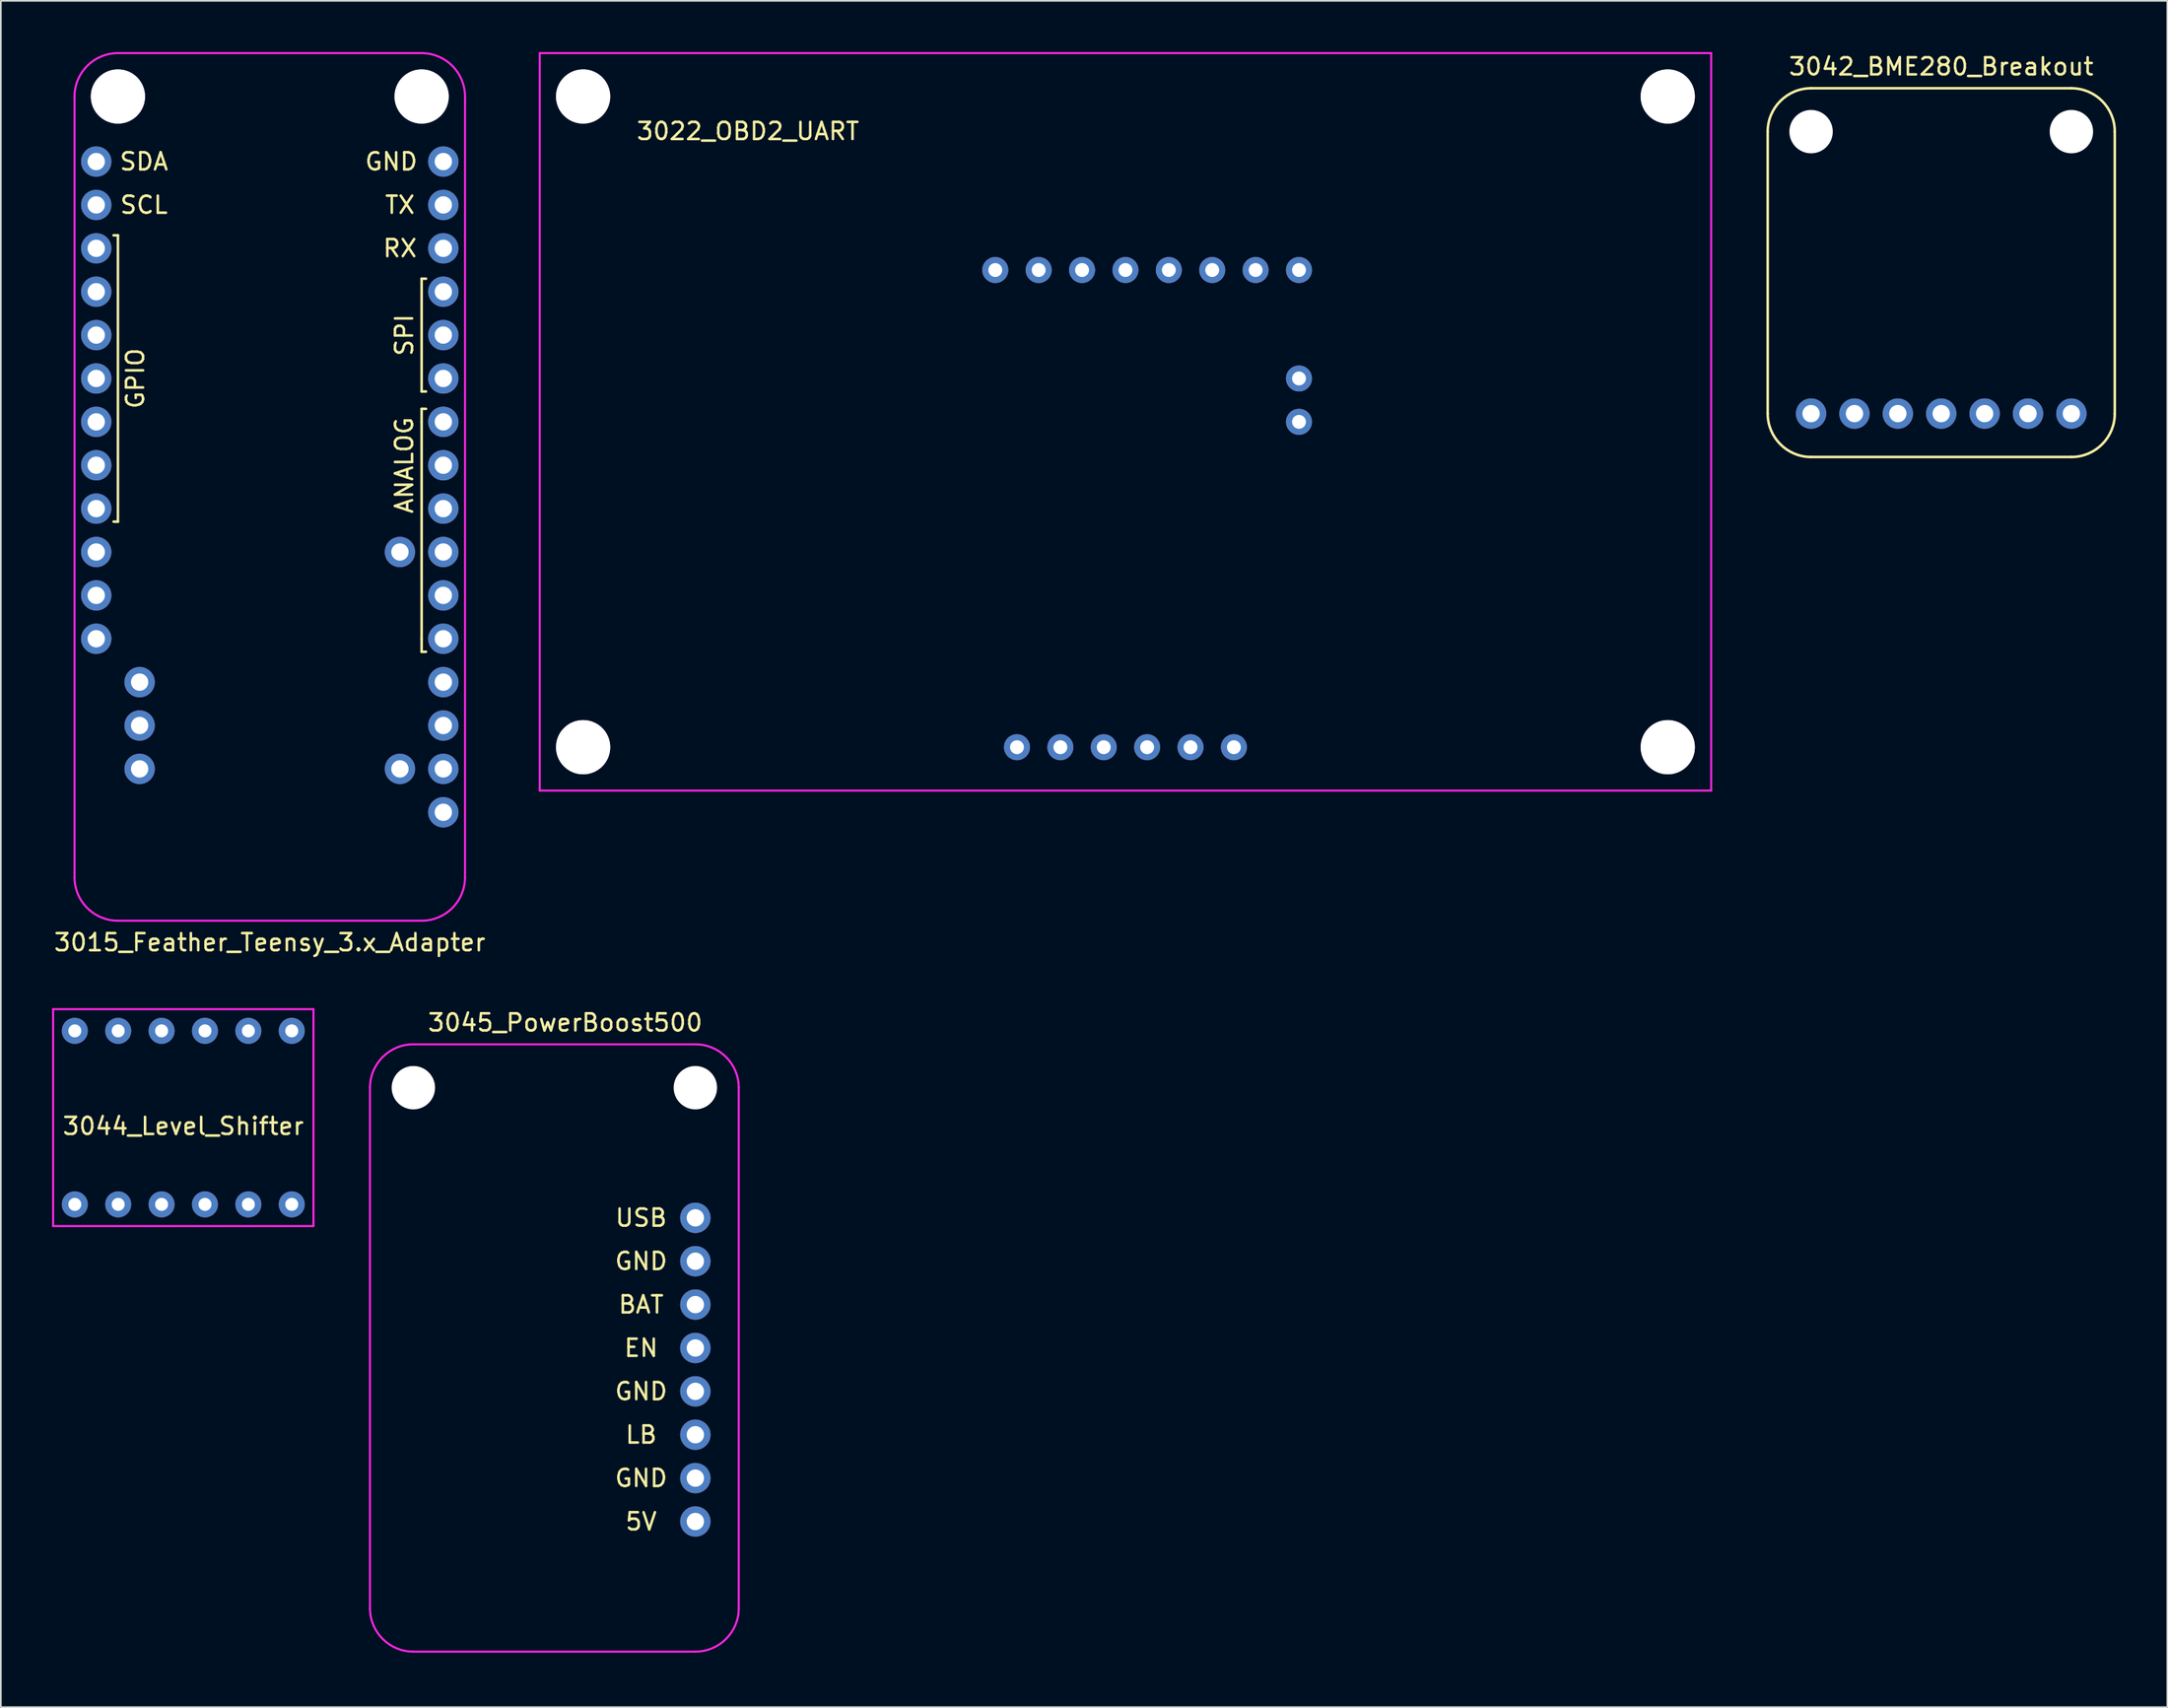
<source format=kicad_pcb>
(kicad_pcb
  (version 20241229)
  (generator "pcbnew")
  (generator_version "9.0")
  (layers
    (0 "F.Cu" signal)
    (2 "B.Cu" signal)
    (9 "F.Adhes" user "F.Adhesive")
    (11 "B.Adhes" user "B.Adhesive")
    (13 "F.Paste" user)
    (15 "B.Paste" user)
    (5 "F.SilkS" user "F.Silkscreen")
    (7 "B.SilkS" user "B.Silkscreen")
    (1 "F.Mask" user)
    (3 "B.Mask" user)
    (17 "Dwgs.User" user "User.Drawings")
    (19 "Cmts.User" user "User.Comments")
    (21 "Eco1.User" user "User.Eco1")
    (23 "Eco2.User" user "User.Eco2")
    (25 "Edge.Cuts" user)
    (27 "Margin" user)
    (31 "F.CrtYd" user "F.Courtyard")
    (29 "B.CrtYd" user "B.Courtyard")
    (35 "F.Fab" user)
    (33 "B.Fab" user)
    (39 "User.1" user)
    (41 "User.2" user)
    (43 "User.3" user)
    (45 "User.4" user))
  (footprint "3045_PowerBoost500"
    (layer "F.Cu")
    (at 18.61 93.656)
    (property "Reference" "3045_PowerBoost500" (at 11.43 -36.83 0) (layer "F.SilkS") (effects (font (size 1 1) (thickness 0.15))))
    (attr through_hole)
    (fp_line (start 0 -33.02) (end 0 -2.54) (stroke (width 0.12) (type solid)) (layer "F.CrtYd"))
    (fp_line (start 2.54 0) (end 19.05 0) (stroke (width 0.12) (type solid)) (layer "F.CrtYd"))
    (fp_line (start 19.05 -35.56) (end 2.54 -35.56) (stroke (width 0.12) (type solid)) (layer "F.CrtYd"))
    (fp_line (start 21.59 -2.54) (end 21.59 -33.02) (stroke (width 0.12) (type solid)) (layer "F.CrtYd"))
    (fp_arc (start 0 -33.02) (mid 0.743949 -34.816051) (end 2.54 -35.56) (stroke (width 0.12) (type solid)) (layer "F.CrtYd"))
    (fp_arc (start 2.54 0) (mid 0.743949 -0.743949) (end 0 -2.54) (stroke (width 0.12) (type solid)) (layer "F.CrtYd"))
    (fp_arc (start 19.05 -35.56) (mid 20.846051 -34.816051) (end 21.59 -33.02) (stroke (width 0.12) (type solid)) (layer "F.CrtYd"))
    (fp_arc (start 21.59 -2.54) (mid 20.846051 -0.743949) (end 19.05 0) (stroke (width 0.12) (type solid)) (layer "F.CrtYd"))
    (fp_text user "GND" (at 15.875 -22.86 0) (layer "F.SilkS") (effects (font (size 1 1) (thickness 0.15))))
    (fp_text user "GND" (at 15.875 -10.16 0) (layer "F.SilkS") (effects (font (size 1 1) (thickness 0.15))))
    (fp_text user "EN" (at 15.875 -17.78 0) (layer "F.SilkS") (effects (font (size 1 1) (thickness 0.15))))
    (fp_text user "LB" (at 15.875 -12.7 0) (layer "F.SilkS") (effects (font (size 1 1) (thickness 0.15))))
    (fp_text user "GND" (at 15.875 -15.24 0) (layer "F.SilkS") (effects (font (size 1 1) (thickness 0.15))))
    (fp_text user "5V" (at 15.875 -7.62 0) (layer "F.SilkS") (effects (font (size 1 1) (thickness 0.15))))
    (fp_text user "USB" (at 15.875 -25.4 0) (layer "F.SilkS") (effects (font (size 1 1) (thickness 0.15))))
    (fp_text user "BAT" (at 15.875 -20.32 0) (layer "F.SilkS") (effects (font (size 1 1) (thickness 0.15))))
    (pad "" np_thru_hole circle (at 2.54 -33.02 270) (size 2.54 2.54) (drill 2.54) (layers "*.Cu" "*.Mask"))
    (pad "" np_thru_hole circle (at 19.05 -33.02 270) (size 2.54 2.54) (drill 2.54) (layers "*.Cu" "*.Mask"))
    (pad "1" thru_hole circle (at 19.05 -25.4 270) (size 1.778 1.778) (drill 1.016) (layers "*.Cu" "*.Mask"))
    (pad "2" thru_hole circle (at 19.05 -22.86 270) (size 1.778 1.778) (drill 1.016) (layers "*.Cu" "*.Mask"))
    (pad "3" thru_hole circle (at 19.05 -20.32 270) (size 1.778 1.778) (drill 1.016) (layers "*.Cu" "*.Mask"))
    (pad "4" thru_hole circle (at 19.05 -17.78 270) (size 1.778 1.778) (drill 1.016) (layers "*.Cu" "*.Mask"))
    (pad "5" thru_hole circle (at 19.05 -15.24 270) (size 1.778 1.778) (drill 1.016) (layers "*.Cu" "*.Mask"))
    (pad "6" thru_hole circle (at 19.05 -12.7 270) (size 1.778 1.778) (drill 1.016) (layers "*.Cu" "*.Mask"))
    (pad "7" thru_hole circle (at 19.05 -10.16 270) (size 1.778 1.778) (drill 1.016) (layers "*.Cu" "*.Mask"))
    (pad "8" thru_hole circle (at 19.05 -7.62 270) (size 1.778 1.778) (drill 1.016) (layers "*.Cu" "*.Mask")))
  (footprint "3044_Level_Shifter"
    (layer "F.Cu")
    (at 7.68 62.388)
    (property "Reference" "3044_Level_Shifter" (at 0 0.5 0) (layer "F.SilkS") (effects (font (size 1 1) (thickness 0.15))))
    (attr through_hole)
    (fp_line (start -7.62 -6.35) (end -7.62 6.35) (stroke (width 0.12) (type solid)) (layer "F.CrtYd"))
    (fp_line (start -7.62 6.35) (end 7.62 6.35) (stroke (width 0.12) (type solid)) (layer "F.CrtYd"))
    (fp_line (start 7.62 -6.35) (end -7.62 -6.35) (stroke (width 0.12) (type solid)) (layer "F.CrtYd"))
    (fp_line (start 7.62 6.35) (end 7.62 -6.35) (stroke (width 0.12) (type solid)) (layer "F.CrtYd"))
    (pad "1" thru_hole circle (at -6.35 -5.08) (size 1.524 1.524) (drill 0.762) (layers "*.Cu" "*.Mask"))
    (pad "2" thru_hole circle (at -3.81 -5.08) (size 1.524 1.524) (drill 0.762) (layers "*.Cu" "*.Mask"))
    (pad "3" thru_hole circle (at -1.27 -5.08) (size 1.524 1.524) (drill 0.762) (layers "*.Cu" "*.Mask"))
    (pad "4" thru_hole circle (at 1.27 -5.08) (size 1.524 1.524) (drill 0.762) (layers "*.Cu" "*.Mask"))
    (pad "5" thru_hole circle (at 3.81 -5.08) (size 1.524 1.524) (drill 0.762) (layers "*.Cu" "*.Mask"))
    (pad "6" thru_hole circle (at 6.35 -5.08) (size 1.524 1.524) (drill 0.762) (layers "*.Cu" "*.Mask"))
    (pad "7" thru_hole circle (at 6.35 5.08) (size 1.524 1.524) (drill 0.762) (layers "*.Cu" "*.Mask"))
    (pad "8" thru_hole circle (at 3.81 5.08) (size 1.524 1.524) (drill 0.762) (layers "*.Cu" "*.Mask"))
    (pad "9" thru_hole circle (at 1.27 5.08) (size 1.524 1.524) (drill 0.762) (layers "*.Cu" "*.Mask"))
    (pad "10" thru_hole circle (at -1.27 5.08) (size 1.524 1.524) (drill 0.762) (layers "*.Cu" "*.Mask"))
    (pad "11" thru_hole circle (at -3.81 5.08) (size 1.524 1.524) (drill 0.762) (layers "*.Cu" "*.Mask"))
    (pad "12" thru_hole circle (at -6.35 5.08) (size 1.524 1.524) (drill 0.762) (layers "*.Cu" "*.Mask")))
  (footprint "3022_OBD2_UART"
    (layer "F.Cu")
    (at 62.838 40.7)
    (property "Reference" "3022_OBD2_UART" (at -22.098 -36.068 0) (layer "F.SilkS") (effects (font (size 1 1) (thickness 0.15))))
    (attr through_hole)
    (fp_line (start -34.29 -40.64) (end -34.29 2.54) (stroke (width 0.12) (type solid)) (layer "F.CrtYd"))
    (fp_line (start -34.29 2.54) (end 34.29 2.54) (stroke (width 0.12) (type solid)) (layer "F.CrtYd"))
    (fp_line (start 34.29 -40.64) (end -34.29 -40.64) (stroke (width 0.12) (type solid)) (layer "F.CrtYd"))
    (fp_line (start 34.29 2.54) (end 34.29 -40.64) (stroke (width 0.12) (type solid)) (layer "F.CrtYd"))
    (pad "1" thru_hole circle (at -6.35 0) (size 1.524 1.524) (drill 0.813) (layers "*.Cu" "*.Mask"))
    (pad "2" thru_hole circle (at -3.81 0) (size 1.524 1.524) (drill 0.813) (layers "*.Cu" "*.Mask"))
    (pad "3" thru_hole circle (at -1.27 0) (size 1.524 1.524) (drill 0.813) (layers "*.Cu" "*.Mask"))
    (pad "4" thru_hole circle (at 1.27 0) (size 1.524 1.524) (drill 0.813) (layers "*.Cu" "*.Mask"))
    (pad "5" thru_hole circle (at 3.81 0) (size 1.524 1.524) (drill 0.813) (layers "*.Cu" "*.Mask"))
    (pad "6" thru_hole circle (at 6.35 0) (size 1.524 1.524) (drill 0.813) (layers "*.Cu" "*.Mask"))
    (pad "7" thru_hole circle (at 10.16 -27.94) (size 1.524 1.524) (drill 0.813) (layers "*.Cu" "*.Mask"))
    (pad "8" thru_hole circle (at 7.62 -27.94) (size 1.524 1.524) (drill 0.813) (layers "*.Cu" "*.Mask"))
    (pad "9" thru_hole circle (at 5.08 -27.94) (size 1.524 1.524) (drill 0.813) (layers "*.Cu" "*.Mask"))
    (pad "10" thru_hole circle (at 2.54 -27.94) (size 1.524 1.524) (drill 0.813) (layers "*.Cu" "*.Mask"))
    (pad "11" thru_hole circle (at 0 -27.94) (size 1.524 1.524) (drill 0.813) (layers "*.Cu" "*.Mask"))
    (pad "12" thru_hole circle (at -2.54 -27.94) (size 1.524 1.524) (drill 0.813) (layers "*.Cu" "*.Mask"))
    (pad "13" thru_hole circle (at -5.08 -27.94) (size 1.524 1.524) (drill 0.813) (layers "*.Cu" "*.Mask"))
    (pad "14" thru_hole circle (at -7.62 -27.94) (size 1.524 1.524) (drill 0.813) (layers "*.Cu" "*.Mask"))
    (pad "15" thru_hole circle (at 10.16 -21.59) (size 1.524 1.524) (drill 0.813) (layers "*.Cu" "*.Mask"))
    (pad "16" thru_hole circle (at 10.16 -19.05) (size 1.524 1.524) (drill 0.813) (layers "*.Cu" "*.Mask"))
    (pad "MH" thru_hole circle (at -31.75 -38.1 270) (size 3.175 3.175) (drill 3.175) (layers "*.Cu" "*.Mask"))
    (pad "MH" thru_hole circle (at -31.75 0 270) (size 3.175 3.175) (drill 3.175) (layers "*.Cu" "*.Mask"))
    (pad "MH" thru_hole circle (at 31.75 -38.1 180) (size 3.175 3.175) (drill 3.175) (layers "*.Cu" "*.Mask"))
    (pad "MH" thru_hole circle (at 31.75 0 90) (size 3.175 3.175) (drill 3.175) (layers "*.Cu" "*.Mask")))
  (footprint "3015_Feather_Teensy_3.x_Adapter"
    (layer "F.Cu")
    (at 12.744 25.46)
    (property "Reference" "3015_Feather_Teensy_3.x_Adapter" (at 0 26.67 0) (layer "F.SilkS") (effects (font (size 1 1) (thickness 0.15))))
    (attr through_hole)
    (fp_line (start -9.144 -14.732) (end -8.89 -14.732) (stroke (width 0.15) (type solid)) (layer "F.SilkS"))
    (fp_line (start -8.89 -14.732) (end -8.89 2.032) (stroke (width 0.15) (type solid)) (layer "F.SilkS"))
    (fp_line (start -8.89 2.032) (end -9.144 2.032) (stroke (width 0.15) (type solid)) (layer "F.SilkS"))
    (fp_line (start 8.89 -12.192) (end 9.144 -12.192) (stroke (width 0.15) (type solid)) (layer "F.SilkS"))
    (fp_line (start 8.89 -5.588) (end 8.89 -12.192) (stroke (width 0.15) (type solid)) (layer "F.SilkS"))
    (fp_line (start 8.89 -4.572) (end 9.144 -4.572) (stroke (width 0.15) (type solid)) (layer "F.SilkS"))
    (fp_line (start 8.89 -3.81) (end 8.89 -4.572) (stroke (width 0.15) (type solid)) (layer "F.SilkS"))
    (fp_line (start 8.89 -3.81) (end 8.89 8.89) (stroke (width 0.15) (type solid)) (layer "F.SilkS"))
    (fp_line (start 8.89 9.652) (end 8.89 8.89) (stroke (width 0.15) (type solid)) (layer "F.SilkS"))
    (fp_line (start 9.144 -5.588) (end 8.89 -5.588) (stroke (width 0.15) (type solid)) (layer "F.SilkS"))
    (fp_line (start 9.144 9.652) (end 8.89 9.652) (stroke (width 0.15) (type solid)) (layer "F.SilkS"))
    (fp_line (start -11.43 -22.86) (end -11.43 22.86) (stroke (width 0.12) (type solid)) (layer "F.CrtYd"))
    (fp_line (start -8.89 25.4) (end 8.89 25.4) (stroke (width 0.12) (type solid)) (layer "F.CrtYd"))
    (fp_line (start 8.89 -25.4) (end -8.89 -25.4) (stroke (width 0.12) (type solid)) (layer "F.CrtYd"))
    (fp_line (start 11.43 22.86) (end 11.43 -22.86) (stroke (width 0.12) (type solid)) (layer "F.CrtYd"))
    (fp_arc (start -11.43 -22.86) (mid -10.686051 -24.656051) (end -8.89 -25.4) (stroke (width 0.12) (type solid)) (layer "F.CrtYd"))
    (fp_arc (start -8.89 25.4) (mid -10.686051 24.656051) (end -11.43 22.86) (stroke (width 0.12) (type solid)) (layer "F.CrtYd"))
    (fp_arc (start 8.89 -25.4) (mid 10.686051 -24.656051) (end 11.43 -22.86) (stroke (width 0.12) (type solid)) (layer "F.CrtYd"))
    (fp_arc (start 11.43 22.86) (mid 10.686051 24.656051) (end 8.89 25.4) (stroke (width 0.12) (type solid)) (layer "F.CrtYd"))
    (fp_text user "GND" (at 7.112 -19.05 0) (layer "F.SilkS") (effects (font (size 1 1) (thickness 0.15))))
    (fp_text user "SCL" (at -7.366 -16.51 0) (layer "F.SilkS") (effects (font (size 1 1) (thickness 0.15))))
    (fp_text user "GPIO" (at -7.874 -6.35 270) (layer "F.SilkS") (effects (font (size 1 1) (thickness 0.15))))
    (fp_text user "ANALOG" (at 7.874 -1.27 90) (layer "F.SilkS") (effects (font (size 1 1) (thickness 0.15))))
    (fp_text user "SDA" (at -7.366 -19.05 0) (layer "F.SilkS") (effects (font (size 1 1) (thickness 0.15))))
    (fp_text user "SPI" (at 7.874 -8.89 90) (layer "F.SilkS") (effects (font (size 1 1) (thickness 0.15))))
    (fp_text user "RX" (at 7.62 -13.97 0) (layer "F.SilkS") (effects (font (size 1 1) (thickness 0.15))))
    (fp_text user "TX" (at 7.62 -16.51 0) (layer "F.SilkS") (effects (font (size 1 1) (thickness 0.15))))
    (pad "1" thru_hole circle (at 10.16 19.05) (size 1.778 1.778) (drill 1.016) (layers "*.Cu" "*.Mask"))
    (pad "2" thru_hole circle (at 10.16 16.51) (size 1.778 1.778) (drill 1.016) (layers "*.Cu" "*.Mask"))
    (pad "3" thru_hole circle (at 10.16 13.97) (size 1.778 1.778) (drill 1.016) (layers "*.Cu" "*.Mask"))
    (pad "4" thru_hole circle (at 10.16 11.43) (size 1.778 1.778) (drill 1.016) (layers "*.Cu" "*.Mask"))
    (pad "5" thru_hole circle (at 10.16 8.89) (size 1.778 1.778) (drill 1.016) (layers "*.Cu" "*.Mask"))
    (pad "6" thru_hole circle (at 10.16 6.35) (size 1.778 1.778) (drill 1.016) (layers "*.Cu" "*.Mask"))
    (pad "7" thru_hole circle (at 10.16 3.81) (size 1.778 1.778) (drill 1.016) (layers "*.Cu" "*.Mask"))
    (pad "8" thru_hole circle (at 10.16 1.27) (size 1.778 1.778) (drill 1.016) (layers "*.Cu" "*.Mask"))
    (pad "9" thru_hole circle (at 10.16 -1.27) (size 1.778 1.778) (drill 1.016) (layers "*.Cu" "*.Mask"))
    (pad "10" thru_hole circle (at 10.16 -3.81) (size 1.778 1.778) (drill 1.016) (layers "*.Cu" "*.Mask"))
    (pad "11" thru_hole circle (at 10.16 -8.89) (size 1.778 1.778) (drill 1.016) (layers "*.Cu" "*.Mask"))
    (pad "12" thru_hole circle (at 10.16 -6.35) (size 1.778 1.778) (drill 1.016) (layers "*.Cu" "*.Mask"))
    (pad "13" thru_hole circle (at 10.16 -11.43) (size 1.778 1.778) (drill 1.016) (layers "*.Cu" "*.Mask"))
    (pad "14" thru_hole circle (at 10.16 -13.97) (size 1.778 1.778) (drill 1.016) (layers "*.Cu" "*.Mask"))
    (pad "15" thru_hole circle (at 10.16 -16.51) (size 1.778 1.778) (drill 1.016) (layers "*.Cu" "*.Mask"))
    (pad "16" thru_hole circle (at 10.16 -19.05) (size 1.778 1.778) (drill 1.016) (layers "*.Cu" "*.Mask"))
    (pad "17" thru_hole circle (at -10.16 -19.05) (size 1.778 1.778) (drill 1.016) (layers "*.Cu" "*.Mask"))
    (pad "18" thru_hole circle (at -10.16 -16.51) (size 1.778 1.778) (drill 1.016) (layers "*.Cu" "*.Mask"))
    (pad "19" thru_hole circle (at -10.16 -13.97) (size 1.778 1.778) (drill 1.016) (layers "*.Cu" "*.Mask"))
    (pad "20" thru_hole circle (at -10.16 -11.43) (size 1.778 1.778) (drill 1.016) (layers "*.Cu" "*.Mask"))
    (pad "21" thru_hole circle (at -10.16 -8.89) (size 1.778 1.778) (drill 1.016) (layers "*.Cu" "*.Mask"))
    (pad "22" thru_hole circle (at -10.16 -6.35) (size 1.778 1.778) (drill 1.016) (layers "*.Cu" "*.Mask"))
    (pad "23" thru_hole circle (at -10.16 -3.81) (size 1.778 1.778) (drill 1.016) (layers "*.Cu" "*.Mask"))
    (pad "24" thru_hole circle (at -10.16 -1.27) (size 1.778 1.778) (drill 1.016) (layers "*.Cu" "*.Mask"))
    (pad "25" thru_hole circle (at -10.16 1.27) (size 1.778 1.778) (drill 1.016) (layers "*.Cu" "*.Mask"))
    (pad "26" thru_hole circle (at -10.16 3.81) (size 1.778 1.778) (drill 1.016) (layers "*.Cu" "*.Mask"))
    (pad "27" thru_hole circle (at -10.16 6.35) (size 1.778 1.778) (drill 1.016) (layers "*.Cu" "*.Mask"))
    (pad "28" thru_hole circle (at -10.16 8.89) (size 1.778 1.778) (drill 1.016) (layers "*.Cu" "*.Mask"))
    (pad "29" thru_hole circle (at 7.62 16.51) (size 1.778 1.778) (drill 1.016) (layers "*.Cu" "*.Mask"))
    (pad "30" thru_hole circle (at 7.62 3.81) (size 1.778 1.778) (drill 1.016) (layers "*.Cu" "*.Mask"))
    (pad "31" thru_hole circle (at -7.62 11.43) (size 1.778 1.778) (drill 1.016) (layers "*.Cu" "*.Mask"))
    (pad "32" thru_hole circle (at -7.62 13.97) (size 1.778 1.778) (drill 1.016) (layers "*.Cu" "*.Mask"))
    (pad "33" thru_hole circle (at -7.62 16.51) (size 1.778 1.778) (drill 1.016) (layers "*.Cu" "*.Mask"))
    (pad "MH" thru_hole circle (at -8.89 -22.86) (size 3.175 3.175) (drill 3.175) (layers "*.Cu" "*.Mask"))
    (pad "MH" thru_hole circle (at 8.89 -22.86) (size 3.175 3.175) (drill 3.175) (layers "*.Cu" "*.Mask")))
  (footprint "3042_BME280_Breakout"
    (layer "F.Cu")
    (at 100.438 23.708)
    (property "Reference" "3042_BME280_Breakout" (at 10.16 -22.86 0) (layer "F.SilkS") (effects (font (size 1 1) (thickness 0.15))))
    (attr through_hole)
    (fp_line (start 0 -19.05) (end 0 -2.54) (stroke (width 0.15) (type solid)) (layer "F.SilkS"))
    (fp_line (start 2.54 -21.59) (end 17.78 -21.59) (stroke (width 0.15) (type solid)) (layer "F.SilkS"))
    (fp_line (start 2.54 0) (end 17.78 0) (stroke (width 0.15) (type solid)) (layer "F.SilkS"))
    (fp_line (start 20.32 -2.54) (end 20.32 -19.05) (stroke (width 0.15) (type solid)) (layer "F.SilkS"))
    (fp_arc (start 0 -19.05) (mid 0.743949 -20.846051) (end 2.54 -21.59) (stroke (width 0.15) (type solid)) (layer "F.SilkS"))
    (fp_arc (start 2.54 0) (mid 0.743949 -0.743949) (end 0 -2.54) (stroke (width 0.15) (type solid)) (layer "F.SilkS"))
    (fp_arc (start 17.78 -21.59) (mid 19.576051 -20.846051) (end 20.32 -19.05) (stroke (width 0.15) (type solid)) (layer "F.SilkS"))
    (fp_arc (start 20.32 -2.54) (mid 19.576051 -0.743949) (end 17.78 0) (stroke (width 0.15) (type solid)) (layer "F.SilkS"))
    (pad "" np_thru_hole circle (at 2.54 -19.05) (size 2.54 2.54) (drill 2.54) (layers "*.Cu" "*.Mask"))
    (pad "" np_thru_hole circle (at 17.78 -19.05) (size 2.54 2.54) (drill 2.54) (layers "*.Cu" "*.Mask"))
    (pad "1" thru_hole circle (at 2.54 -2.54) (size 1.778 1.778) (drill 1.016) (layers "*.Cu" "*.Mask"))
    (pad "2" thru_hole circle (at 5.08 -2.54) (size 1.778 1.778) (drill 1.016) (layers "*.Cu" "*.Mask"))
    (pad "3" thru_hole circle (at 7.62 -2.54) (size 1.778 1.778) (drill 1.016) (layers "*.Cu" "*.Mask"))
    (pad "4" thru_hole circle (at 10.16 -2.54) (size 1.778 1.778) (drill 1.016) (layers "*.Cu" "*.Mask"))
    (pad "5" thru_hole circle (at 12.7 -2.54) (size 1.778 1.778) (drill 1.016) (layers "*.Cu" "*.Mask"))
    (pad "6" thru_hole circle (at 15.24 -2.54) (size 1.778 1.778) (drill 1.016) (layers "*.Cu" "*.Mask"))
    (pad "7" thru_hole circle (at 17.78 -2.54) (size 1.778 1.778) (drill 1.016) (layers "*.Cu" "*.Mask")))
  (gr_rect
    (start -3 -3)
    (end 123.833 96.906)
    (stroke (width 0.1) (type default))
    (fill no)
    (layer "Edge.Cuts")))
</source>
